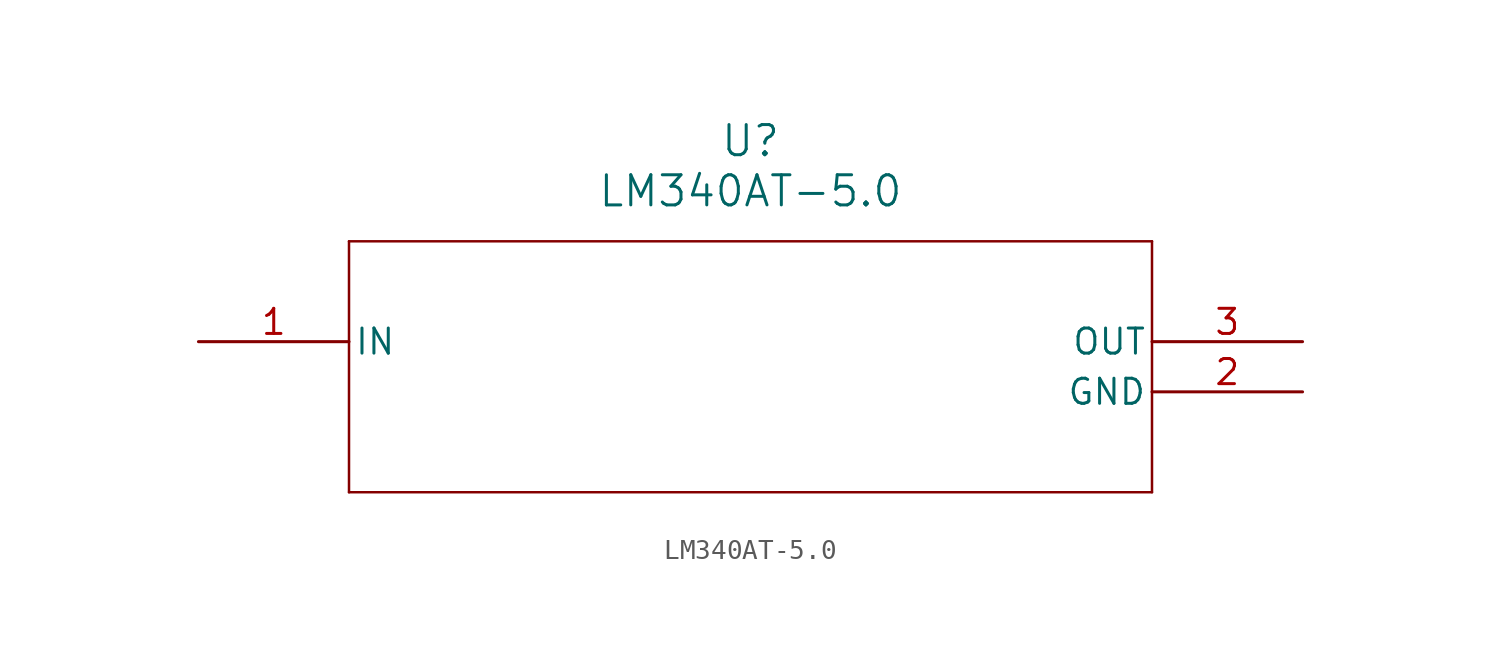
<source format=kicad_sym>
(kicad_symbol_lib
  (version 20211014)
  (generator kicad_symbol_editor)
  (symbol "LM340AT-5.0"
    (pin_names
      (offset 0.254))
    (property "Reference" "U"
      (at 27.94 10.16 0)
      (effects (font (size 1.524 1.524))))
    (property "Value" "LM340AT-5.0"
      (at 27.94 7.62 0)
      (effects (font (size 1.524 1.524))))
    (symbol "LM340AT-5.0_0_1"
      (polyline (pts (xy 7.62 5.08) (xy 7.62 -7.62)) (stroke (width 0.127) (type default) (color 0 0 0 0)) (fill (type none)))
      (polyline (pts (xy 7.62 -7.62) (xy 48.26 -7.62)) (stroke (width 0.127) (type default) (color 0 0 0 0)) (fill (type none)))
      (polyline (pts (xy 48.26 -7.62) (xy 48.26 5.08)) (stroke (width 0.127) (type default) (color 0 0 0 0)) (fill (type none)))
      (polyline (pts (xy 48.26 5.08) (xy 7.62 5.08)) (stroke (width 0.127) (type default) (color 0 0 0 0)) (fill (type none)))
      (pin power_in line (at 0 0 0) (length 7.62) (name "IN" (effects (font (size 1.27 1.27)))) (number "1" (effects (font (size 1.27 1.27)))))
      (pin power_in line (at 55.88 -2.54 180) (length 7.62) (name "GND" (effects (font (size 1.27 1.27)))) (number "2" (effects (font (size 1.27 1.27)))))
      (pin power_in line (at 55.88 0 180) (length 7.62) (name "OUT" (effects (font (size 1.27 1.27)))) (number "3" (effects (font (size 1.27 1.27))))))))
</source>
